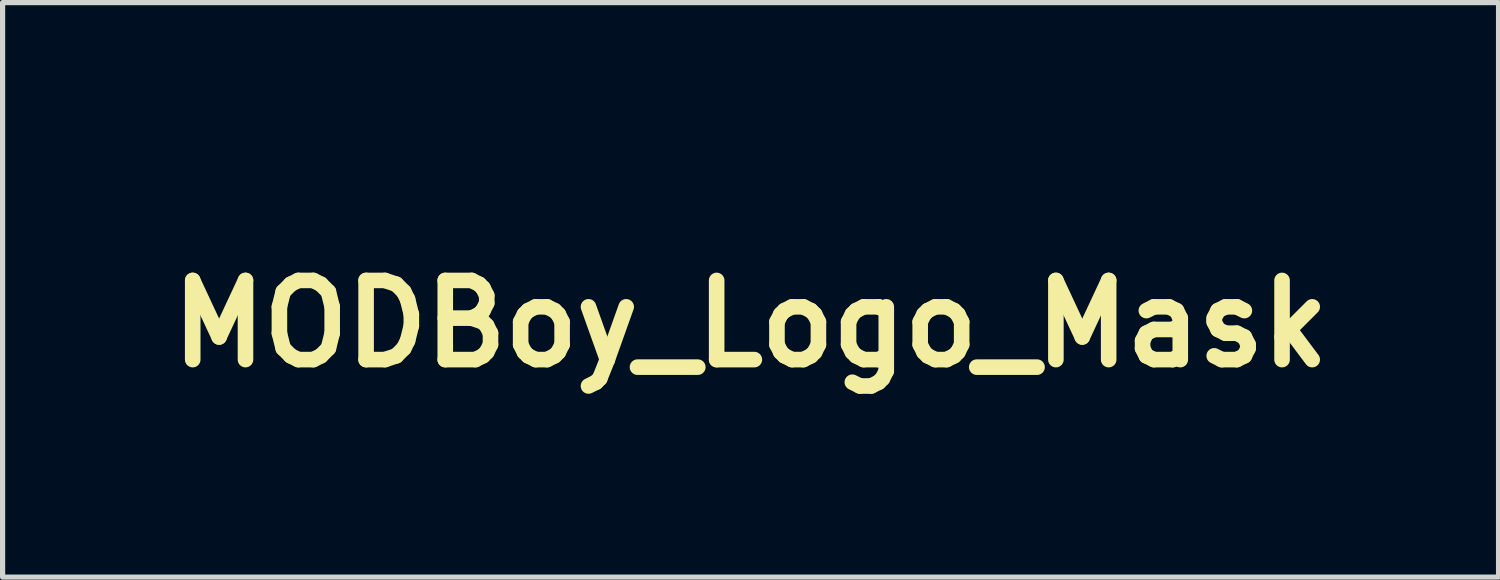
<source format=kicad_pcb>
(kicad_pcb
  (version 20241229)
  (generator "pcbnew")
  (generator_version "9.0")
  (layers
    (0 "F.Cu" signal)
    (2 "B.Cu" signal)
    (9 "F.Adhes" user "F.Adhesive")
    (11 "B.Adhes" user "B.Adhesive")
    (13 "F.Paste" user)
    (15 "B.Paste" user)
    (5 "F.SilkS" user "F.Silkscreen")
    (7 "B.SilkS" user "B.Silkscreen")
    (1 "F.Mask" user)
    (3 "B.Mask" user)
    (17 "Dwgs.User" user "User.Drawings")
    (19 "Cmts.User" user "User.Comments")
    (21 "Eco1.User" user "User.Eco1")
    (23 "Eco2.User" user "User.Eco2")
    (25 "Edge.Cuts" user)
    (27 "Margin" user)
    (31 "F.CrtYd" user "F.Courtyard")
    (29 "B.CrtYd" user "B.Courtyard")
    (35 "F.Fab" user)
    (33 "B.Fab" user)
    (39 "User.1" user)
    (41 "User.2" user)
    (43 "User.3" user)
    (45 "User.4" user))
  (footprint "MODBoy_Logo_Mask"
    (layer "F.Cu")
    (at 11.401 3.184)
    (property "Reference" "MODBoy_Logo_Mask" (at 0 0 0) (layer "F.SilkS") (effects (font (size 1.524 1.524) (thickness 0.3))))
    (attr through_hole)
    (fp_poly (pts (xy 3.244 -3.166) (xy 3.271 -3.126) (xy 3.306 -3.057) (xy 3.312 -3.045) (xy 3.373 -2.911) (xy 3.132 -2.652) (xy 2.967 -2.47) (xy 2.825 -2.3) (xy 2.7 -2.136) (xy 2.589 -1.973) (xy 2.486 -1.804) (xy 2.392 -1.629) (xy 2.292 -1.421) (xy 2.198 -1.202) (xy 2.115 -0.979) (xy 2.044 -0.759) (xy 1.988 -0.55) (xy 1.954 -0.389) (xy 1.935 -0.277) (xy 1.916 -0.151) (xy 1.898 -0.021) (xy 1.881 0.105) (xy 1.868 0.216) (xy 1.861 0.286) (xy 1.857 0.35) (xy 1.854 0.439) (xy 1.853 0.544) (xy 1.852 0.661) (xy 1.853 0.783) (xy 1.854 0.904) (xy 1.857 1.017) (xy 1.86 1.116) (xy 1.864 1.195) (xy 1.868 1.24) (xy 1.877 1.309) (xy 1.889 1.391) (xy 1.902 1.48) (xy 1.917 1.569) (xy 1.93 1.651) (xy 1.942 1.719) (xy 1.951 1.765) (xy 1.955 1.779) (xy 1.961 1.821) (xy 1.946 1.85) (xy 1.945 1.852) (xy 1.919 1.871) (xy 1.889 1.872) (xy 1.844 1.857) (xy 1.836 1.853) (xy 1.767 1.808) (xy 1.703 1.734) (xy 1.646 1.634) (xy 1.596 1.513) (xy 1.58 1.462) (xy 1.545 1.343) (xy 1.381 1.348) (xy 1.307 1.35) (xy 1.242 1.353) (xy 1.194 1.357) (xy 1.176 1.359) (xy 1.146 1.362) (xy 1.091 1.366) (xy 1.019 1.37) (xy 0.936 1.374) (xy 0.914 1.375) (xy 0.825 1.379) (xy 0.741 1.383) (xy 0.67 1.388) (xy 0.621 1.392) (xy 0.615 1.393) (xy 0.539 1.401) (xy 0.547 1.348) (xy 0.555 1.303) (xy 0.565 1.242) (xy 0.572 1.2) (xy 0.599 1.038) (xy 0.628 0.889) (xy 0.656 0.755) (xy 0.685 0.641) (xy 0.711 0.55) (xy 0.736 0.486) (xy 0.742 0.474) (xy 0.781 0.417) (xy 0.83 0.377) (xy 0.864 0.358) (xy 0.912 0.336) (xy 0.95 0.321) (xy 0.965 0.318) (xy 1.003 0.308) (xy 1.055 0.283) (xy 1.111 0.249) (xy 1.161 0.211) (xy 1.189 0.183) (xy 1.233 0.128) (xy 1.268 0.071) (xy 1.294 0.005) (xy 1.315 -0.074) (xy 1.332 -0.172) (xy 1.347 -0.295) (xy 1.351 -0.342) (xy 1.386 -0.634) (xy 1.436 -0.903) (xy 1.502 -1.153) (xy 1.587 -1.39) (xy 1.693 -1.617) (xy 1.822 -1.841) (xy 1.975 -2.067) (xy 2.027 -2.138) (xy 2.2 -2.352) (xy 2.382 -2.545) (xy 2.583 -2.728) (xy 2.621 -2.761) (xy 2.703 -2.827) (xy 2.791 -2.895) (xy 2.881 -2.962) (xy 2.968 -3.024) (xy 3.049 -3.08) (xy 3.12 -3.126) (xy 3.176 -3.159) (xy 3.213 -3.177) (xy 3.223 -3.179) (xy 3.244 -3.166)) (stroke (width 0.01) (type solid)) (fill yes) (layer "F.Mask")))
  (gr_rect
    (start -3 -3)
    (end 25.802 8.061)
    (stroke (width 0.1) (type default))
    (fill no)
    (layer "Edge.Cuts")))
</source>
